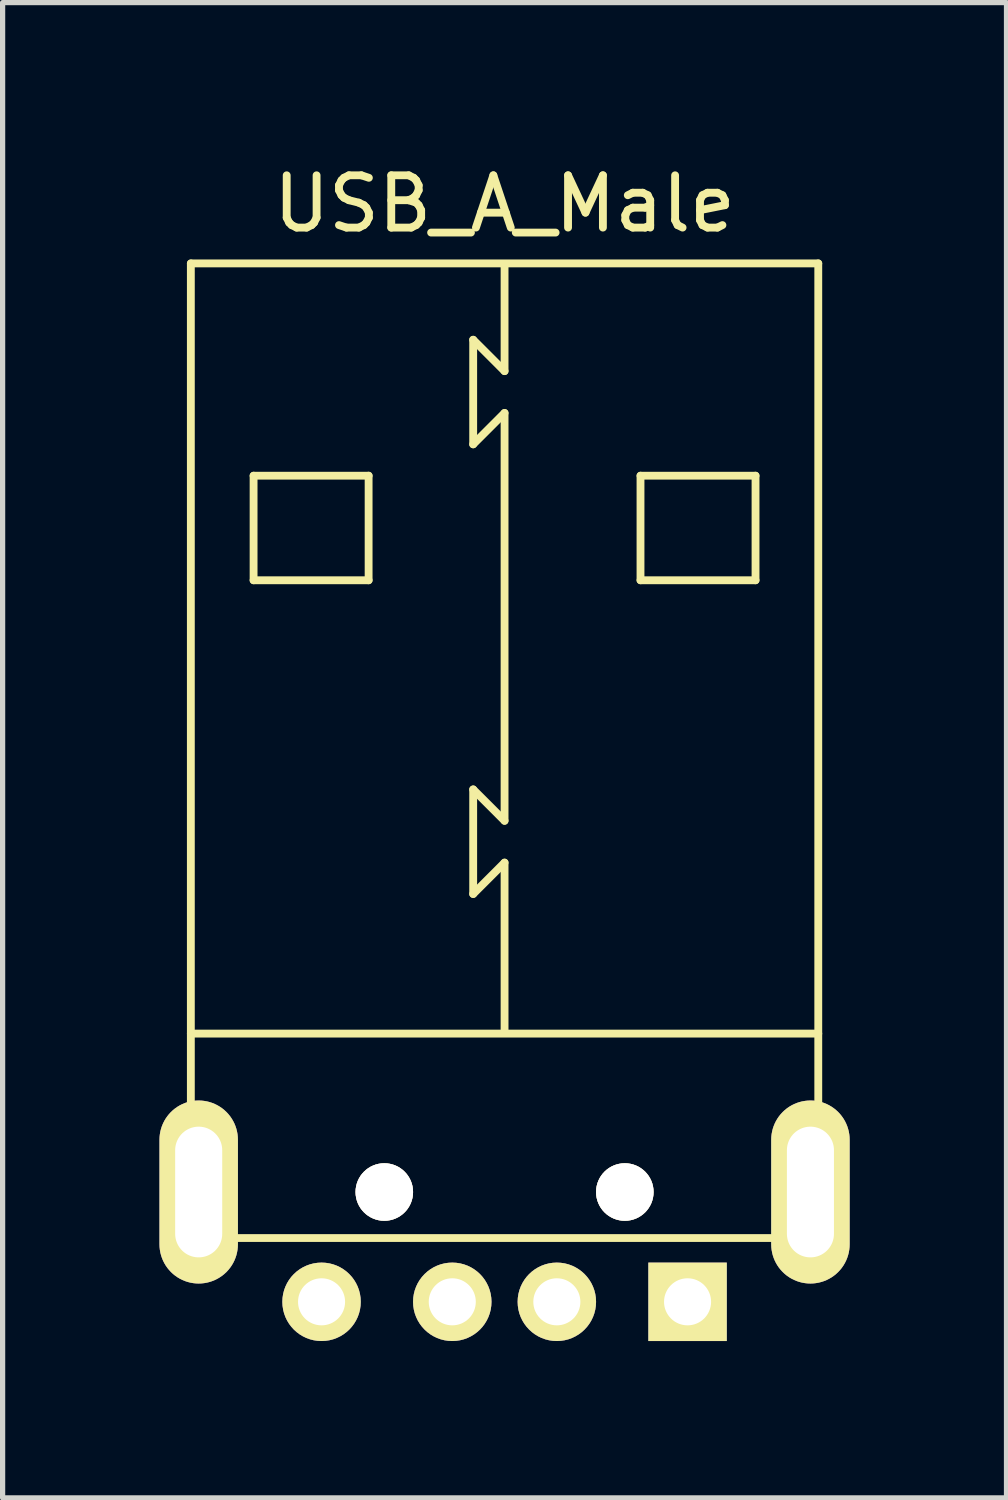
<source format=kicad_pcb>
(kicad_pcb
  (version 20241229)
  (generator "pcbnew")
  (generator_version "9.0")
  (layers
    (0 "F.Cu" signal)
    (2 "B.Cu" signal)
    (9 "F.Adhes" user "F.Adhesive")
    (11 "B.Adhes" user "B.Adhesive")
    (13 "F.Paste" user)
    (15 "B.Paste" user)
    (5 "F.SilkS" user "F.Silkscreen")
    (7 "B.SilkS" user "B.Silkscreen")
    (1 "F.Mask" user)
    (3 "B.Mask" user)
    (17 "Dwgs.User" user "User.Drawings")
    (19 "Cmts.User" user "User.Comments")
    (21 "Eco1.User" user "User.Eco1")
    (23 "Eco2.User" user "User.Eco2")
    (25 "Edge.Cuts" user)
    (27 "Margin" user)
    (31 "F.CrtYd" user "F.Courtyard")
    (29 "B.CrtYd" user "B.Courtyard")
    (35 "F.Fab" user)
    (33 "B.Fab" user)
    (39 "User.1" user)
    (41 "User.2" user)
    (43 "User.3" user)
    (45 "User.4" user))
  (footprint "USB_A_Male"
    (layer "F.Cu")
    (at 6.6 21.848)
    (property "Reference" "USB_A_Male" (at 0 -21 0) (layer "F.SilkS") (effects (font (size 1 1) (thickness 0.15))))
    (attr through_hole)
    (fp_line (start -6 -19.86) (end 6 -19.86) (stroke (width 0.15) (type solid)) (layer "F.SilkS"))
    (fp_line (start -6 -1.22) (end -6 -19.86) (stroke (width 0.15) (type solid)) (layer "F.SilkS"))
    (fp_line (start -4.8 -15.8) (end -4.8 -13.8) (stroke (width 0.15) (type solid)) (layer "F.SilkS"))
    (fp_line (start -4.8 -13.8) (end -2.6 -13.8) (stroke (width 0.15) (type solid)) (layer "F.SilkS"))
    (fp_line (start -2.6 -15.8) (end -4.8 -15.8) (stroke (width 0.15) (type solid)) (layer "F.SilkS"))
    (fp_line (start -2.6 -13.8) (end -2.6 -15.8) (stroke (width 0.15) (type solid)) (layer "F.SilkS"))
    (fp_line (start -0.6 -18.4) (end 0 -17.8) (stroke (width 0.15) (type solid)) (layer "F.SilkS"))
    (fp_line (start -0.6 -16.4) (end -0.6 -18.4) (stroke (width 0.15) (type solid)) (layer "F.SilkS"))
    (fp_line (start -0.6 -9.8) (end 0 -9.2) (stroke (width 0.15) (type solid)) (layer "F.SilkS"))
    (fp_line (start -0.6 -7.8) (end -0.6 -9.8) (stroke (width 0.15) (type solid)) (layer "F.SilkS"))
    (fp_line (start 0 -17.8) (end 0 -19.8) (stroke (width 0.15) (type solid)) (layer "F.SilkS"))
    (fp_line (start 0 -17) (end -0.6 -16.4) (stroke (width 0.15) (type solid)) (layer "F.SilkS"))
    (fp_line (start 0 -9.2) (end 0 -17) (stroke (width 0.15) (type solid)) (layer "F.SilkS"))
    (fp_line (start 0 -8.4) (end -0.6 -7.8) (stroke (width 0.15) (type solid)) (layer "F.SilkS"))
    (fp_line (start 0 -5.2) (end 0 -8.4) (stroke (width 0.15) (type solid)) (layer "F.SilkS"))
    (fp_line (start 2.6 -15.8) (end 4.8 -15.8) (stroke (width 0.15) (type solid)) (layer "F.SilkS"))
    (fp_line (start 2.6 -13.8) (end 2.6 -15.8) (stroke (width 0.15) (type solid)) (layer "F.SilkS"))
    (fp_line (start 4.8 -15.8) (end 4.8 -13.8) (stroke (width 0.15) (type solid)) (layer "F.SilkS"))
    (fp_line (start 4.8 -13.8) (end 2.6 -13.8) (stroke (width 0.15) (type solid)) (layer "F.SilkS"))
    (fp_line (start 6 -19.86) (end 6 -1.22) (stroke (width 0.15) (type solid)) (layer "F.SilkS"))
    (fp_line (start 6 -5.13) (end -6 -5.13) (stroke (width 0.15) (type solid)) (layer "F.SilkS"))
    (fp_line (start 6 -1.22) (end -6 -1.22) (stroke (width 0.15) (type solid)) (layer "F.SilkS"))
    (pad "" thru_hole circle (at -2.3 -2.1 180) (size 1.1 1.1) (drill 1.1) (layers "*.Cu" "*.Mask" "F.SilkS"))
    (pad "" thru_hole circle (at 2.3 -2.1 180) (size 1.1 1.1) (drill 1.1) (layers "*.Cu" "*.Mask" "F.SilkS"))
    (pad "1" thru_hole rect (at 3.5 0 180) (size 1.5 1.5) (drill 0.9) (layers "*.Cu" "*.Mask" "F.SilkS"))
    (pad "2" thru_hole circle (at 1 0 180) (size 1.5 1.5) (drill 0.9) (layers "*.Cu" "*.Mask" "F.SilkS"))
    (pad "3" thru_hole circle (at -1 0 180) (size 1.5 1.5) (drill 0.9) (layers "*.Cu" "*.Mask" "F.SilkS"))
    (pad "4" thru_hole circle (at -3.5 0 180) (size 1.5 1.5) (drill 0.9) (layers "*.Cu" "*.Mask" "F.SilkS"))
    (pad "5" thru_hole oval (at -5.85 -2.1 180) (size 1.5 3.5) (drill oval 0.9 2.5) (layers "*.Cu" "*.Mask" "F.SilkS"))
    (pad "5" thru_hole oval (at 5.85 -2.1 180) (size 1.5 3.5) (drill oval 0.9 2.5) (layers "*.Cu" "*.Mask" "F.SilkS")))
  (gr_rect
    (start -3 -3)
    (end 16.2 25.598)
    (stroke (width 0.1) (type default))
    (fill no)
    (layer "Edge.Cuts")))
</source>
